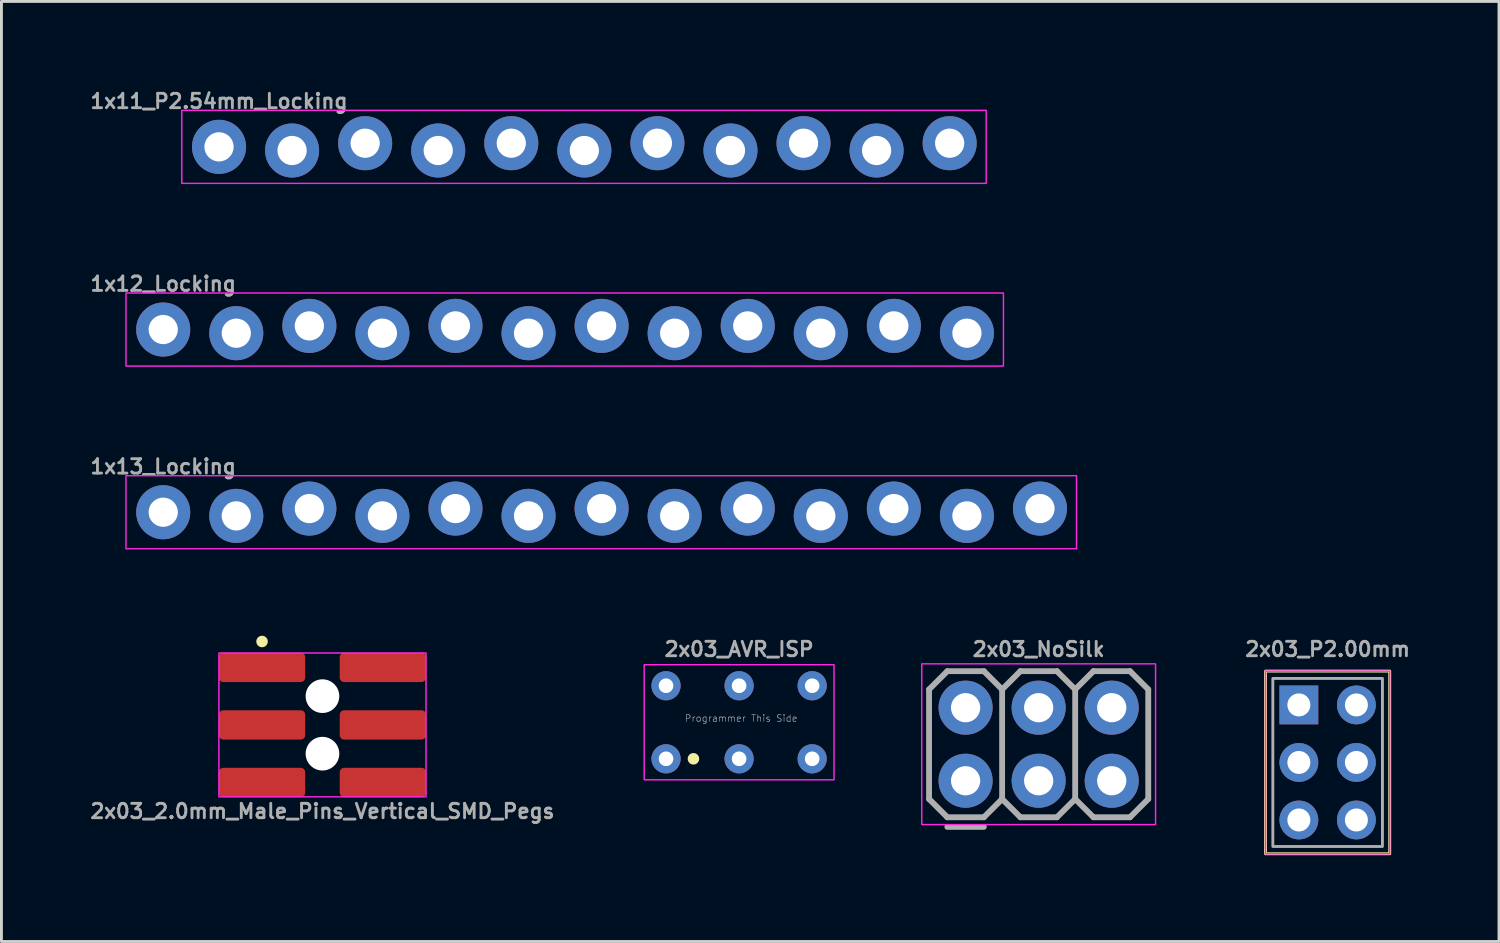
<source format=kicad_pcb>
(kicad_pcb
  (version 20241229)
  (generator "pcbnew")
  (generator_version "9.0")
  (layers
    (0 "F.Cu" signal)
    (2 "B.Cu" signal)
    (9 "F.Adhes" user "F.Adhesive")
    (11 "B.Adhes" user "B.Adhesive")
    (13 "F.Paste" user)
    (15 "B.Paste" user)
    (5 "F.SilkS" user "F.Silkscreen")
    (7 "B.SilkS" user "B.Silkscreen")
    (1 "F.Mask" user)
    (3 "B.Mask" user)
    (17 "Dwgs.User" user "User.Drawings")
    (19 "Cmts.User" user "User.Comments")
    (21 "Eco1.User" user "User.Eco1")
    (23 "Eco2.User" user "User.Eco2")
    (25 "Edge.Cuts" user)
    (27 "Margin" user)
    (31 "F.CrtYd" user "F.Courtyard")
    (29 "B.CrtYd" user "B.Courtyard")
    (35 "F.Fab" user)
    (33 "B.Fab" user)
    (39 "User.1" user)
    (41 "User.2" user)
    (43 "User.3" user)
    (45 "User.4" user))
  (footprint "2x03_NoSilk"
    (layer "F.Cu")
    (at 33.058 22.822)
    (property "Reference" "2x03_NoSilk" (at 0 -3.302 0) (unlocked yes) (layer "F.Fab") (effects (font (size 0.5 0.5) (thickness 0.1))))
    (fp_rect (start -4.064 -2.794) (end 4.064 2.794) (stroke (width 0.05) (type default)) (fill no) (layer "F.CrtYd"))
    (fp_line (start -3.81 -1.905) (end -3.175 -2.54) (stroke (width 0.203) (type solid)) (layer "F.Fab"))
    (fp_line (start -3.81 1.905) (end -3.81 -1.905) (stroke (width 0.203) (type solid)) (layer "F.Fab"))
    (fp_line (start -3.81 1.905) (end -3.175 2.54) (stroke (width 0.203) (type solid)) (layer "F.Fab"))
    (fp_line (start -3.175 -2.54) (end -1.905 -2.54) (stroke (width 0.203) (type solid)) (layer "F.Fab"))
    (fp_line (start -3.175 2.54) (end -1.905 2.54) (stroke (width 0.203) (type solid)) (layer "F.Fab"))
    (fp_line (start -1.905 -2.54) (end -1.27 -1.905) (stroke (width 0.203) (type solid)) (layer "F.Fab"))
    (fp_line (start -1.905 2.54) (end -1.27 1.905) (stroke (width 0.203) (type solid)) (layer "F.Fab"))
    (fp_line (start -1.905 2.875) (end -3.175 2.875) (stroke (width 0.203) (type solid)) (layer "F.Fab"))
    (fp_line (start -1.27 -1.905) (end -1.27 1.905) (stroke (width 0.203) (type solid)) (layer "F.Fab"))
    (fp_line (start -1.27 -1.905) (end -0.635 -2.54) (stroke (width 0.203) (type solid)) (layer "F.Fab"))
    (fp_line (start -1.27 1.905) (end -0.635 2.54) (stroke (width 0.203) (type solid)) (layer "F.Fab"))
    (fp_line (start -0.635 -2.54) (end 0.635 -2.54) (stroke (width 0.203) (type solid)) (layer "F.Fab"))
    (fp_line (start -0.635 2.54) (end 0.635 2.54) (stroke (width 0.203) (type solid)) (layer "F.Fab"))
    (fp_line (start 0.635 -2.54) (end 1.27 -1.905) (stroke (width 0.203) (type solid)) (layer "F.Fab"))
    (fp_line (start 0.635 2.54) (end 1.27 1.905) (stroke (width 0.203) (type solid)) (layer "F.Fab"))
    (fp_line (start 1.27 -1.905) (end 1.27 1.905) (stroke (width 0.203) (type solid)) (layer "F.Fab"))
    (fp_line (start 1.27 -1.905) (end 1.905 -2.54) (stroke (width 0.203) (type solid)) (layer "F.Fab"))
    (fp_line (start 1.27 1.905) (end 1.905 2.54) (stroke (width 0.203) (type solid)) (layer "F.Fab"))
    (fp_line (start 1.905 -2.54) (end 3.175 -2.54) (stroke (width 0.203) (type solid)) (layer "F.Fab"))
    (fp_line (start 1.905 2.54) (end 3.175 2.54) (stroke (width 0.203) (type solid)) (layer "F.Fab"))
    (fp_line (start 3.175 -2.54) (end 3.81 -1.905) (stroke (width 0.203) (type solid)) (layer "F.Fab"))
    (fp_line (start 3.175 2.54) (end 3.81 1.905) (stroke (width 0.203) (type solid)) (layer "F.Fab"))
    (fp_line (start 3.81 -1.905) (end 3.81 1.905) (stroke (width 0.203) (type solid)) (layer "F.Fab"))
    (fp_poly (pts (xy -2.794 -1.016) (xy -2.286 -1.016) (xy -2.286 -1.524) (xy -2.794 -1.524)) (stroke (width 0.1) (type default)) (fill no) (layer "F.Fab"))
    (fp_poly (pts (xy -2.794 1.524) (xy -2.286 1.524) (xy -2.286 1.016) (xy -2.794 1.016)) (stroke (width 0.1) (type default)) (fill no) (layer "F.Fab"))
    (fp_poly (pts (xy -0.254 -1.016) (xy 0.254 -1.016) (xy 0.254 -1.524) (xy -0.254 -1.524)) (stroke (width 0.1) (type default)) (fill no) (layer "F.Fab"))
    (fp_poly (pts (xy -0.254 1.524) (xy 0.254 1.524) (xy 0.254 1.016) (xy -0.254 1.016)) (stroke (width 0.1) (type default)) (fill no) (layer "F.Fab"))
    (fp_poly (pts (xy 2.286 -1.016) (xy 2.794 -1.016) (xy 2.794 -1.524) (xy 2.286 -1.524)) (stroke (width 0.1) (type default)) (fill no) (layer "F.Fab"))
    (fp_poly (pts (xy 2.286 1.524) (xy 2.794 1.524) (xy 2.794 1.016) (xy 2.286 1.016)) (stroke (width 0.1) (type default)) (fill no) (layer "F.Fab"))
    (pad "1" thru_hole circle (at -2.54 1.27) (size 1.88 1.88) (drill 1.016) (layers "*.Cu" "*.Mask"))
    (pad "2" thru_hole circle (at -2.54 -1.27) (size 1.88 1.88) (drill 1.016) (layers "*.Cu" "*.Mask"))
    (pad "3" thru_hole circle (at 0 1.27) (size 1.88 1.88) (drill 1.016) (layers "*.Cu" "*.Mask"))
    (pad "4" thru_hole circle (at 0 -1.27) (size 1.88 1.88) (drill 1.016) (layers "*.Cu" "*.Mask"))
    (pad "5" thru_hole circle (at 2.54 1.27) (size 1.88 1.88) (drill 1.016) (layers "*.Cu" "*.Mask"))
    (pad "6" thru_hole circle (at 2.54 -1.27) (size 1.88 1.88) (drill 1.016) (layers "*.Cu" "*.Mask")))
  (footprint "1x11_P2.54mm_Locking"
    (layer "F.Cu")
    (at 4.564 2.055)
    (property "Reference" "1x11_P2.54mm_Locking" (at 0 -1.587 0) (layer "F.Fab") (effects (font (size 0.5 0.5) (thickness 0.1))))
    (fp_rect (start -1.295 -1.27) (end 26.67 1.27) (stroke (width 0.05) (type default)) (fill no) (layer "F.CrtYd"))
    (fp_poly (pts (xy -0.254 0.254) (xy 0.254 0.254) (xy 0.254 -0.254) (xy -0.254 -0.254)) (stroke (width 0.1) (type default)) (fill no) (layer "F.Fab"))
    (fp_poly (pts (xy 2.286 0.254) (xy 2.794 0.254) (xy 2.794 -0.254) (xy 2.286 -0.254)) (stroke (width 0.1) (type default)) (fill no) (layer "F.Fab"))
    (fp_poly (pts (xy 4.826 0.254) (xy 5.334 0.254) (xy 5.334 -0.254) (xy 4.826 -0.254)) (stroke (width 0.1) (type default)) (fill no) (layer "F.Fab"))
    (fp_poly (pts (xy 7.366 0.254) (xy 7.874 0.254) (xy 7.874 -0.254) (xy 7.366 -0.254)) (stroke (width 0.1) (type default)) (fill no) (layer "F.Fab"))
    (fp_poly (pts (xy 9.906 0.254) (xy 10.414 0.254) (xy 10.414 -0.254) (xy 9.906 -0.254)) (stroke (width 0.1) (type default)) (fill no) (layer "F.Fab"))
    (fp_poly (pts (xy 12.446 0.254) (xy 12.954 0.254) (xy 12.954 -0.254) (xy 12.446 -0.254)) (stroke (width 0.1) (type default)) (fill no) (layer "F.Fab"))
    (fp_poly (pts (xy 14.986 0.254) (xy 15.494 0.254) (xy 15.494 -0.254) (xy 14.986 -0.254)) (stroke (width 0.1) (type default)) (fill no) (layer "F.Fab"))
    (fp_poly (pts (xy 17.526 0.254) (xy 18.034 0.254) (xy 18.034 -0.254) (xy 17.526 -0.254)) (stroke (width 0.1) (type default)) (fill no) (layer "F.Fab"))
    (fp_poly (pts (xy 20.066 0.254) (xy 20.574 0.254) (xy 20.574 -0.254) (xy 20.066 -0.254)) (stroke (width 0.1) (type default)) (fill no) (layer "F.Fab"))
    (fp_poly (pts (xy 22.606 0.254) (xy 23.114 0.254) (xy 23.114 -0.254) (xy 22.606 -0.254)) (stroke (width 0.1) (type default)) (fill no) (layer "F.Fab"))
    (fp_poly (pts (xy 25.146 0.254) (xy 25.654 0.254) (xy 25.654 -0.254) (xy 25.146 -0.254)) (stroke (width 0.1) (type default)) (fill no) (layer "F.Fab"))
    (pad "1" thru_hole circle (at 0 0 90) (size 1.88 1.88) (drill 1.016) (layers "*.Cu" "*.Mask") (remove_unused_layers yes) (keep_end_layers yes) (zone_layer_connections))
    (pad "2" thru_hole circle (at 2.54 0.127 90) (size 1.88 1.88) (drill 1.016) (layers "*.Cu" "*.Mask") (remove_unused_layers yes) (keep_end_layers yes) (zone_layer_connections))
    (pad "3" thru_hole circle (at 5.08 -0.127 90) (size 1.88 1.88) (drill 1.016) (layers "*.Cu" "*.Mask") (remove_unused_layers yes) (keep_end_layers yes) (zone_layer_connections))
    (pad "4" thru_hole circle (at 7.62 0.127 90) (size 1.88 1.88) (drill 1.016) (layers "*.Cu" "*.Mask") (remove_unused_layers yes) (keep_end_layers yes) (zone_layer_connections))
    (pad "5" thru_hole circle (at 10.16 -0.127 90) (size 1.88 1.88) (drill 1.016) (layers "*.Cu" "*.Mask") (remove_unused_layers yes) (keep_end_layers yes) (zone_layer_connections))
    (pad "6" thru_hole circle (at 12.7 0.127 90) (size 1.88 1.88) (drill 1.016) (layers "*.Cu" "*.Mask") (remove_unused_layers yes) (keep_end_layers yes) (zone_layer_connections))
    (pad "7" thru_hole circle (at 15.24 -0.127 90) (size 1.88 1.88) (drill 1.016) (layers "*.Cu" "*.Mask") (remove_unused_layers yes) (keep_end_layers yes) (zone_layer_connections))
    (pad "8" thru_hole circle (at 17.78 0.127 90) (size 1.88 1.88) (drill 1.016) (layers "*.Cu" "*.Mask") (remove_unused_layers yes) (keep_end_layers yes) (zone_layer_connections))
    (pad "9" thru_hole circle (at 20.32 -0.127 90) (size 1.88 1.88) (drill 1.016) (layers "*.Cu" "*.Mask") (remove_unused_layers yes) (keep_end_layers yes) (zone_layer_connections))
    (pad "10" thru_hole circle (at 22.86 0.127 90) (size 1.88 1.88) (drill 1.016) (layers "*.Cu" "*.Mask") (remove_unused_layers yes) (keep_end_layers yes) (zone_layer_connections))
    (pad "11" thru_hole circle (at 25.4 -0.127 90) (size 1.88 1.88) (drill 1.016) (layers "*.Cu" "*.Mask") (remove_unused_layers yes) (keep_end_layers yes) (zone_layer_connections)))
  (footprint "1x13_Locking"
    (layer "F.Cu")
    (at 2.624 14.757)
    (property "Reference" "1x13_Locking" (at 0 -1.587 0) (layer "F.Fab") (effects (font (size 0.5 0.5) (thickness 0.1))))
    (fp_rect (start -1.295 -1.27) (end 31.75 1.27) (stroke (width 0.05) (type default)) (fill no) (layer "F.CrtYd"))
    (fp_poly (pts (xy -0.254 0.254) (xy 0.254 0.254) (xy 0.254 -0.254) (xy -0.254 -0.254)) (stroke (width 0.1) (type default)) (fill no) (layer "F.Fab"))
    (fp_poly (pts (xy 2.286 0.254) (xy 2.794 0.254) (xy 2.794 -0.254) (xy 2.286 -0.254)) (stroke (width 0.1) (type default)) (fill no) (layer "F.Fab"))
    (fp_poly (pts (xy 4.826 0.254) (xy 5.334 0.254) (xy 5.334 -0.254) (xy 4.826 -0.254)) (stroke (width 0.1) (type default)) (fill no) (layer "F.Fab"))
    (fp_poly (pts (xy 7.366 0.254) (xy 7.874 0.254) (xy 7.874 -0.254) (xy 7.366 -0.254)) (stroke (width 0.1) (type default)) (fill no) (layer "F.Fab"))
    (fp_poly (pts (xy 9.906 0.254) (xy 10.414 0.254) (xy 10.414 -0.254) (xy 9.906 -0.254)) (stroke (width 0.1) (type default)) (fill no) (layer "F.Fab"))
    (fp_poly (pts (xy 12.446 0.254) (xy 12.954 0.254) (xy 12.954 -0.254) (xy 12.446 -0.254)) (stroke (width 0.1) (type default)) (fill no) (layer "F.Fab"))
    (fp_poly (pts (xy 14.986 0.254) (xy 15.494 0.254) (xy 15.494 -0.254) (xy 14.986 -0.254)) (stroke (width 0.1) (type default)) (fill no) (layer "F.Fab"))
    (fp_poly (pts (xy 17.526 0.254) (xy 18.034 0.254) (xy 18.034 -0.254) (xy 17.526 -0.254)) (stroke (width 0.1) (type default)) (fill no) (layer "F.Fab"))
    (fp_poly (pts (xy 20.066 0.254) (xy 20.574 0.254) (xy 20.574 -0.254) (xy 20.066 -0.254)) (stroke (width 0.1) (type default)) (fill no) (layer "F.Fab"))
    (fp_poly (pts (xy 22.606 0.254) (xy 23.114 0.254) (xy 23.114 -0.254) (xy 22.606 -0.254)) (stroke (width 0.1) (type default)) (fill no) (layer "F.Fab"))
    (fp_poly (pts (xy 25.146 0.254) (xy 25.654 0.254) (xy 25.654 -0.254) (xy 25.146 -0.254)) (stroke (width 0.1) (type default)) (fill no) (layer "F.Fab"))
    (fp_poly (pts (xy 27.686 0.254) (xy 28.194 0.254) (xy 28.194 -0.254) (xy 27.686 -0.254)) (stroke (width 0.1) (type default)) (fill no) (layer "F.Fab"))
    (fp_poly (pts (xy 30.226 0.254) (xy 30.734 0.254) (xy 30.734 -0.254) (xy 30.226 -0.254)) (stroke (width 0.1) (type default)) (fill no) (layer "F.Fab"))
    (pad "1" thru_hole circle (at 0 0 90) (size 1.88 1.88) (drill 1.016) (layers "*.Cu" "*.Mask") (remove_unused_layers yes) (keep_end_layers yes) (zone_layer_connections))
    (pad "2" thru_hole circle (at 2.54 0.127 90) (size 1.88 1.88) (drill 1.016) (layers "*.Cu" "*.Mask") (remove_unused_layers yes) (keep_end_layers yes) (zone_layer_connections))
    (pad "3" thru_hole circle (at 5.08 -0.127 90) (size 1.88 1.88) (drill 1.016) (layers "*.Cu" "*.Mask") (remove_unused_layers yes) (keep_end_layers yes) (zone_layer_connections))
    (pad "4" thru_hole circle (at 7.62 0.127 90) (size 1.88 1.88) (drill 1.016) (layers "*.Cu" "*.Mask") (remove_unused_layers yes) (keep_end_layers yes) (zone_layer_connections))
    (pad "5" thru_hole circle (at 10.16 -0.127 90) (size 1.88 1.88) (drill 1.016) (layers "*.Cu" "*.Mask") (remove_unused_layers yes) (keep_end_layers yes) (zone_layer_connections))
    (pad "6" thru_hole circle (at 12.7 0.127 90) (size 1.88 1.88) (drill 1.016) (layers "*.Cu" "*.Mask") (remove_unused_layers yes) (keep_end_layers yes) (zone_layer_connections))
    (pad "7" thru_hole circle (at 15.24 -0.127 90) (size 1.88 1.88) (drill 1.016) (layers "*.Cu" "*.Mask") (remove_unused_layers yes) (keep_end_layers yes) (zone_layer_connections))
    (pad "8" thru_hole circle (at 17.78 0.127 90) (size 1.88 1.88) (drill 1.016) (layers "*.Cu" "*.Mask") (remove_unused_layers yes) (keep_end_layers yes) (zone_layer_connections))
    (pad "9" thru_hole circle (at 20.32 -0.127 90) (size 1.88 1.88) (drill 1.016) (layers "*.Cu" "*.Mask") (remove_unused_layers yes) (keep_end_layers yes) (zone_layer_connections))
    (pad "10" thru_hole circle (at 22.86 0.127 90) (size 1.88 1.88) (drill 1.016) (layers "*.Cu" "*.Mask") (remove_unused_layers yes) (keep_end_layers yes) (zone_layer_connections))
    (pad "11" thru_hole circle (at 25.4 -0.127 90) (size 1.88 1.88) (drill 1.016) (layers "*.Cu" "*.Mask") (remove_unused_layers yes) (keep_end_layers yes) (zone_layer_connections))
    (pad "12" thru_hole circle (at 27.94 0.127 90) (size 1.88 1.88) (drill 1.016) (layers "*.Cu" "*.Mask") (remove_unused_layers yes) (keep_end_layers yes) (zone_layer_connections))
    (pad "13" thru_hole circle (at 30.48 -0.127 90) (size 1.88 1.88) (drill 1.016) (layers "*.Cu" "*.Mask") (remove_unused_layers yes) (keep_end_layers yes) (zone_layer_connections)))
  (footprint "2x03_AVR_ISP"
    (layer "F.Cu")
    (at 22.644 22.059)
    (property "Reference" "2x03_AVR_ISP" (at 0 -2.54 0) (unlocked yes) (layer "F.Fab") (effects (font (size 0.5 0.5) (thickness 0.1))))
    (fp_circle (center -2.54 -1.27) (end -2.235 -1.27) (stroke (width 0.611) (type solid)) (fill yes) (layer "F.Mask"))
    (fp_circle (center -2.54 1.27) (end -2.235 1.27) (stroke (width 0.611) (type solid)) (fill yes) (layer "F.Mask"))
    (fp_circle (center 0 -1.27) (end 0.305 -1.27) (stroke (width 0.611) (type solid)) (fill yes) (layer "F.Mask"))
    (fp_circle (center 0 1.27) (end 0.305 1.27) (stroke (width 0.611) (type solid)) (fill yes) (layer "F.Mask"))
    (fp_circle (center 2.54 -1.27) (end 2.845 -1.27) (stroke (width 0.611) (type solid)) (fill yes) (layer "F.Mask"))
    (fp_circle (center 2.54 1.27) (end 2.845 1.27) (stroke (width 0.611) (type solid)) (fill yes) (layer "F.Mask"))
    (fp_circle (center -1.587 1.27) (end -1.587 1.37) (stroke (width 0.2) (type solid)) (fill yes) (layer "F.SilkS"))
    (fp_rect (start -3.3 -2) (end 3.3 2) (stroke (width 0.05) (type default)) (fill no) (layer "F.CrtYd"))
    (fp_text user "Programmer This Side" (at -1.905 0 0) (unlocked yes) (layer "F.Fab") (effects (font (size 0.234 0.234) (thickness 0.02)) (justify left bottom)))
    (pad "1" thru_hole circle (at -2.54 1.27) (size 1.016 1.016) (drill 0.508) (layers "*.Cu"))
    (pad "2" thru_hole circle (at -2.54 -1.27) (size 1.016 1.016) (drill 0.508) (layers "*.Cu"))
    (pad "3" thru_hole circle (at 0 1.27) (size 1.016 1.016) (drill 0.508) (layers "*.Cu"))
    (pad "4" thru_hole circle (at 0 -1.27) (size 1.016 1.016) (drill 0.508) (layers "*.Cu"))
    (pad "5" thru_hole circle (at 2.54 1.27) (size 1.016 1.016) (drill 0.508) (layers "*.Cu"))
    (pad "6" thru_hole circle (at 2.54 -1.27) (size 1.016 1.016) (drill 0.508) (layers "*.Cu")))
  (footprint "2x03_P2.00mm"
    (layer "F.Cu")
    (at 43.104 23.456)
    (property "Reference" "2x03_P2.00mm" (at 0 -3.937 0) (layer "F.Fab") (effects (font (size 0.5 0.5) (thickness 0.1))))
    (attr through_hole)
    (fp_rect (start -2.159 -3.175) (end 2.159 3.175) (stroke (width 0.1) (type default)) (fill no) (layer "F.SilkS"))
    (fp_rect (start -2.159 -3.175) (end 2.159 3.175) (stroke (width 0.05) (type default)) (fill no) (layer "F.CrtYd"))
    (fp_rect (start -1.905 -2.921) (end 1.905 2.921) (stroke (width 0.1) (type default)) (fill no) (layer "F.Fab"))
    (pad "1" thru_hole rect (at -1 -2) (size 1.35 1.35) (drill 0.8) (layers "*.Cu" "*.Mask"))
    (pad "2" thru_hole oval (at 1 -2) (size 1.35 1.35) (drill 0.8) (layers "*.Cu" "*.Mask"))
    (pad "3" thru_hole oval (at -1 0) (size 1.35 1.35) (drill 0.8) (layers "*.Cu" "*.Mask"))
    (pad "4" thru_hole oval (at 1 0) (size 1.35 1.35) (drill 0.8) (layers "*.Cu" "*.Mask"))
    (pad "5" thru_hole oval (at -1 2) (size 1.35 1.35) (drill 0.8) (layers "*.Cu" "*.Mask"))
    (pad "6" thru_hole oval (at 1 2) (size 1.35 1.35) (drill 0.8) (layers "*.Cu" "*.Mask")))
  (footprint "1x12_Locking"
    (layer "F.Cu")
    (at 2.624 8.406)
    (property "Reference" "1x12_Locking" (at 0 -1.587 0) (layer "F.Fab") (effects (font (size 0.5 0.5) (thickness 0.1))))
    (fp_rect (start -1.295 -1.27) (end 29.21 1.27) (stroke (width 0.05) (type default)) (fill no) (layer "F.CrtYd"))
    (fp_poly (pts (xy -0.254 0.254) (xy 0.254 0.254) (xy 0.254 -0.254) (xy -0.254 -0.254)) (stroke (width 0.1) (type default)) (fill no) (layer "F.Fab"))
    (fp_poly (pts (xy 2.286 0.254) (xy 2.794 0.254) (xy 2.794 -0.254) (xy 2.286 -0.254)) (stroke (width 0.1) (type default)) (fill no) (layer "F.Fab"))
    (fp_poly (pts (xy 4.826 0.254) (xy 5.334 0.254) (xy 5.334 -0.254) (xy 4.826 -0.254)) (stroke (width 0.1) (type default)) (fill no) (layer "F.Fab"))
    (fp_poly (pts (xy 7.366 0.254) (xy 7.874 0.254) (xy 7.874 -0.254) (xy 7.366 -0.254)) (stroke (width 0.1) (type default)) (fill no) (layer "F.Fab"))
    (fp_poly (pts (xy 9.906 0.254) (xy 10.414 0.254) (xy 10.414 -0.254) (xy 9.906 -0.254)) (stroke (width 0.1) (type default)) (fill no) (layer "F.Fab"))
    (fp_poly (pts (xy 12.446 0.254) (xy 12.954 0.254) (xy 12.954 -0.254) (xy 12.446 -0.254)) (stroke (width 0.1) (type default)) (fill no) (layer "F.Fab"))
    (fp_poly (pts (xy 14.986 0.254) (xy 15.494 0.254) (xy 15.494 -0.254) (xy 14.986 -0.254)) (stroke (width 0.1) (type default)) (fill no) (layer "F.Fab"))
    (fp_poly (pts (xy 17.526 0.254) (xy 18.034 0.254) (xy 18.034 -0.254) (xy 17.526 -0.254)) (stroke (width 0.1) (type default)) (fill no) (layer "F.Fab"))
    (fp_poly (pts (xy 20.066 0.254) (xy 20.574 0.254) (xy 20.574 -0.254) (xy 20.066 -0.254)) (stroke (width 0.1) (type default)) (fill no) (layer "F.Fab"))
    (fp_poly (pts (xy 22.606 0.254) (xy 23.114 0.254) (xy 23.114 -0.254) (xy 22.606 -0.254)) (stroke (width 0.1) (type default)) (fill no) (layer "F.Fab"))
    (fp_poly (pts (xy 25.146 0.254) (xy 25.654 0.254) (xy 25.654 -0.254) (xy 25.146 -0.254)) (stroke (width 0.1) (type default)) (fill no) (layer "F.Fab"))
    (fp_poly (pts (xy 27.686 0.254) (xy 28.194 0.254) (xy 28.194 -0.254) (xy 27.686 -0.254)) (stroke (width 0.1) (type default)) (fill no) (layer "F.Fab"))
    (pad "1" thru_hole circle (at 0 0 90) (size 1.88 1.88) (drill 1.016) (layers "*.Cu" "*.Mask") (remove_unused_layers yes) (keep_end_layers yes) (zone_layer_connections))
    (pad "2" thru_hole circle (at 2.54 0.127 90) (size 1.88 1.88) (drill 1.016) (layers "*.Cu" "*.Mask") (remove_unused_layers yes) (keep_end_layers yes) (zone_layer_connections))
    (pad "3" thru_hole circle (at 5.08 -0.127 90) (size 1.88 1.88) (drill 1.016) (layers "*.Cu" "*.Mask") (remove_unused_layers yes) (keep_end_layers yes) (zone_layer_connections))
    (pad "4" thru_hole circle (at 7.62 0.127 90) (size 1.88 1.88) (drill 1.016) (layers "*.Cu" "*.Mask") (remove_unused_layers yes) (keep_end_layers yes) (zone_layer_connections))
    (pad "5" thru_hole circle (at 10.16 -0.127 90) (size 1.88 1.88) (drill 1.016) (layers "*.Cu" "*.Mask") (remove_unused_layers yes) (keep_end_layers yes) (zone_layer_connections))
    (pad "6" thru_hole circle (at 12.7 0.127 90) (size 1.88 1.88) (drill 1.016) (layers "*.Cu" "*.Mask") (remove_unused_layers yes) (keep_end_layers yes) (zone_layer_connections))
    (pad "7" thru_hole circle (at 15.24 -0.127 90) (size 1.88 1.88) (drill 1.016) (layers "*.Cu" "*.Mask") (remove_unused_layers yes) (keep_end_layers yes) (zone_layer_connections))
    (pad "8" thru_hole circle (at 17.78 0.127 90) (size 1.88 1.88) (drill 1.016) (layers "*.Cu" "*.Mask") (remove_unused_layers yes) (keep_end_layers yes) (zone_layer_connections))
    (pad "9" thru_hole circle (at 20.32 -0.127 90) (size 1.88 1.88) (drill 1.016) (layers "*.Cu" "*.Mask") (remove_unused_layers yes) (keep_end_layers yes) (zone_layer_connections))
    (pad "10" thru_hole circle (at 22.86 0.127 90) (size 1.88 1.88) (drill 1.016) (layers "*.Cu" "*.Mask") (remove_unused_layers yes) (keep_end_layers yes) (zone_layer_connections))
    (pad "11" thru_hole circle (at 25.4 -0.127 90) (size 1.88 1.88) (drill 1.016) (layers "*.Cu" "*.Mask") (remove_unused_layers yes) (keep_end_layers yes) (zone_layer_connections))
    (pad "12" thru_hole circle (at 27.94 0.127 90) (size 1.88 1.88) (drill 1.016) (layers "*.Cu" "*.Mask") (remove_unused_layers yes) (keep_end_layers yes) (zone_layer_connections)))
  (footprint "2x03_2.0mm_Male_Pins_Vertical_SMD_Pegs"
    (layer "F.Cu")
    (at 8.16 22.151)
    (property "Reference" "2x03_2.0mm_Male_Pins_Vertical_SMD_Pegs" (at 0 3 0) (unlocked yes) (layer "F.Fab") (effects (font (size 0.5 0.5) (thickness 0.1))))
    (attr smd)
    (fp_circle (center -2.1 -2.9) (end -2 -2.9) (stroke (width 0.2) (type solid)) (fill yes) (layer "F.SilkS"))
    (fp_rect (start -3.6 -2.5) (end 3.6 2.5) (stroke (width 0.05) (type default)) (fill no) (layer "F.CrtYd"))
    (pad "" np_thru_hole circle (at 0 -1) (size 1.17 1.17) (drill 1.17) (layers "*.Cu" "*.Mask"))
    (pad "" np_thru_hole circle (at 0 1) (size 1.17 1.17) (drill 1.17) (layers "*.Cu" "*.Mask"))
    (pad "1" smd roundrect (at -2.1 -2) (size 3 1.02) (layers "F.Cu" "F.Mask" "F.Paste") (roundrect_rratio 0.15))
    (pad "2" smd roundrect (at -2.1 0) (size 3 1.02) (layers "F.Cu" "F.Mask" "F.Paste") (roundrect_rratio 0.15))
    (pad "3" smd roundrect (at -2.1 2) (size 3 1.02) (layers "F.Cu" "F.Mask" "F.Paste") (roundrect_rratio 0.15))
    (pad "4" smd roundrect (at 2.1 2) (size 3 1.02) (layers "F.Cu" "F.Mask" "F.Paste") (roundrect_rratio 0.15))
    (pad "5" smd roundrect (at 2.1 0) (size 3 1.02) (layers "F.Cu" "F.Mask" "F.Paste") (roundrect_rratio 0.15))
    (pad "6" smd roundrect (at 2.1 -2) (size 3 1.02) (layers "F.Cu" "F.Mask" "F.Paste") (roundrect_rratio 0.15)))
  (gr_rect
    (start -3 -3)
    (end 49.061 29.681)
    (stroke (width 0.1) (type default))
    (fill no)
    (layer "Edge.Cuts")))
</source>
